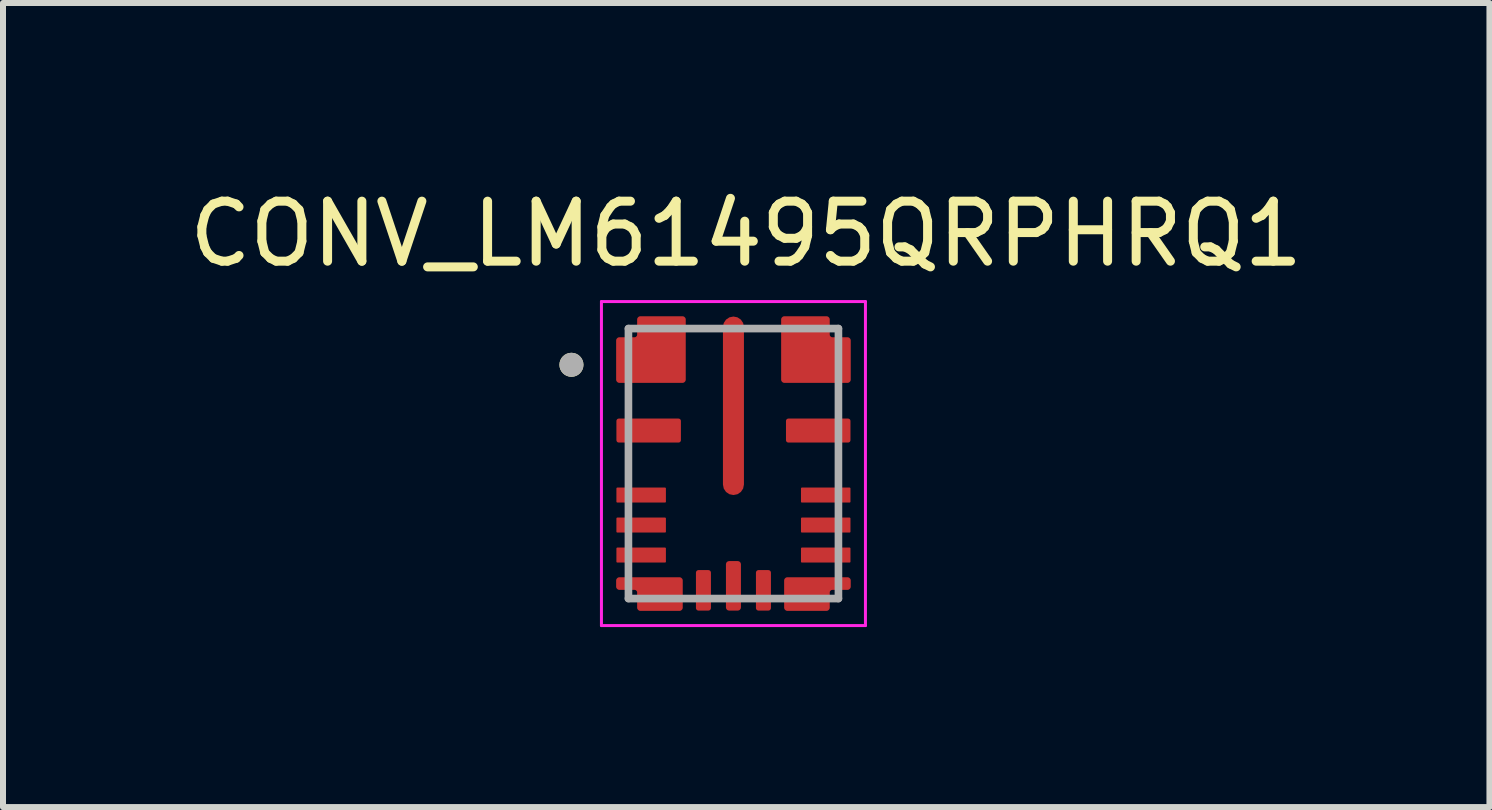
<source format=kicad_pcb>
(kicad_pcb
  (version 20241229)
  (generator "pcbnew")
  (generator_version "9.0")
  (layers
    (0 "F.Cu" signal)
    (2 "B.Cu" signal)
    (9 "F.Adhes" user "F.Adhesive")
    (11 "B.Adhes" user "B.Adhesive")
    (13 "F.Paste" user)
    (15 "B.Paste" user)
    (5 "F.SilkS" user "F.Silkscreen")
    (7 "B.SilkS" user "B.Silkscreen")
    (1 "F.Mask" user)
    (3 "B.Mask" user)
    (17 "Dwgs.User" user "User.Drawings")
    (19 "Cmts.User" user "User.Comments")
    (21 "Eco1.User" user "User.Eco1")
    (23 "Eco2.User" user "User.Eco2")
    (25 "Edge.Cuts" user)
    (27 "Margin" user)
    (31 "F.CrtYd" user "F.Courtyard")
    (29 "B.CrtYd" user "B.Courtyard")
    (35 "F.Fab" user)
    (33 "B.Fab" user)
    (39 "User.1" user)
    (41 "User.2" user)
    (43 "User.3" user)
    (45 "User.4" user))
  (footprint "CONV_LM61495QRPHRQ1"
    (layer "F.Cu")
    (at 9.174 4.676)
    (property "Reference" "CONV_LM61495QRPHRQ1" (at 0.212 -3.828 0) (layer "F.SilkS") (effects (font (size 1 1) (thickness 0.15))))
    (attr smd)
    (fp_poly (pts (xy -0.9 2.5) (xy -0.895 2.5) (xy -0.89 2.499) (xy -0.884 2.499) (xy -0.879 2.498) (xy -0.874 2.497) (xy -0.869 2.495) (xy -0.864 2.493) (xy -0.859 2.491) (xy -0.855 2.489) (xy -0.85 2.487) (xy -0.846 2.484) (xy -0.841 2.481) (xy -0.837 2.478) (xy -0.833 2.474) (xy -0.829 2.471) (xy -0.826 2.467) (xy -0.822 2.463) (xy -0.819 2.459) (xy -0.816 2.454) (xy -0.813 2.45) (xy -0.811 2.445) (xy -0.809 2.441) (xy -0.807 2.436) (xy -0.805 2.431) (xy -0.803 2.426) (xy -0.802 2.421) (xy -0.801 2.416) (xy -0.801 2.41) (xy -0.8 2.405) (xy -0.8 2.4) (xy -0.8 1.95) (xy -0.8 1.945) (xy -0.801 1.94) (xy -0.801 1.934) (xy -0.802 1.929) (xy -0.803 1.924) (xy -0.805 1.919) (xy -0.807 1.914) (xy -0.809 1.909) (xy -0.811 1.905) (xy -0.813 1.9) (xy -0.816 1.896) (xy -0.819 1.891) (xy -0.822 1.887) (xy -0.826 1.883) (xy -0.829 1.879) (xy -0.833 1.876) (xy -0.837 1.872) (xy -0.841 1.869) (xy -0.846 1.866) (xy -0.85 1.863) (xy -0.855 1.861) (xy -0.859 1.859) (xy -0.864 1.857) (xy -0.869 1.855) (xy -0.874 1.853) (xy -0.879 1.852) (xy -0.884 1.851) (xy -0.89 1.851) (xy -0.895 1.85) (xy -0.9 1.85) (xy -1.9 1.85) (xy -1.905 1.85) (xy -1.91 1.851) (xy -1.916 1.851) (xy -1.921 1.852) (xy -1.926 1.853) (xy -1.931 1.855) (xy -1.936 1.857) (xy -1.941 1.859) (xy -1.945 1.861) (xy -1.95 1.863) (xy -1.954 1.866) (xy -1.959 1.869) (xy -1.963 1.872) (xy -1.967 1.876) (xy -1.971 1.879) (xy -1.974 1.883) (xy -1.978 1.887) (xy -1.981 1.891) (xy -1.984 1.896) (xy -1.987 1.9) (xy -1.989 1.905) (xy -1.991 1.909) (xy -1.993 1.914) (xy -1.995 1.919) (xy -1.997 1.924) (xy -1.998 1.929) (xy -1.999 1.934) (xy -1.999 1.94) (xy -2 1.945) (xy -2 1.95) (xy -2 2.05) (xy -2 2.055) (xy -1.999 2.06) (xy -1.999 2.066) (xy -1.998 2.071) (xy -1.997 2.076) (xy -1.995 2.081) (xy -1.993 2.086) (xy -1.991 2.091) (xy -1.989 2.095) (xy -1.987 2.1) (xy -1.984 2.104) (xy -1.981 2.109) (xy -1.978 2.113) (xy -1.974 2.117) (xy -1.971 2.121) (xy -1.967 2.124) (xy -1.963 2.128) (xy -1.959 2.131) (xy -1.954 2.134) (xy -1.95 2.137) (xy -1.945 2.139) (xy -1.941 2.141) (xy -1.936 2.143) (xy -1.931 2.145) (xy -1.926 2.147) (xy -1.921 2.148) (xy -1.916 2.149) (xy -1.91 2.149) (xy -1.905 2.15) (xy -1.9 2.15) (xy -1.7 2.15) (xy -1.697 2.15) (xy -1.695 2.15) (xy -1.692 2.151) (xy -1.69 2.151) (xy -1.687 2.152) (xy -1.685 2.152) (xy -1.682 2.153) (xy -1.68 2.154) (xy -1.677 2.155) (xy -1.675 2.157) (xy -1.673 2.158) (xy -1.671 2.16) (xy -1.669 2.161) (xy -1.667 2.163) (xy -1.665 2.165) (xy -1.663 2.167) (xy -1.661 2.169) (xy -1.66 2.171) (xy -1.658 2.173) (xy -1.657 2.175) (xy -1.655 2.177) (xy -1.654 2.18) (xy -1.653 2.182) (xy -1.652 2.185) (xy -1.652 2.187) (xy -1.651 2.19) (xy -1.651 2.192) (xy -1.65 2.195) (xy -1.65 2.197) (xy -1.65 2.2) (xy -1.65 2.4) (xy -1.65 2.405) (xy -1.649 2.41) (xy -1.649 2.416) (xy -1.648 2.421) (xy -1.647 2.426) (xy -1.645 2.431) (xy -1.643 2.436) (xy -1.641 2.441) (xy -1.639 2.445) (xy -1.637 2.45) (xy -1.634 2.454) (xy -1.631 2.459) (xy -1.628 2.463) (xy -1.624 2.467) (xy -1.621 2.471) (xy -1.617 2.474) (xy -1.613 2.478) (xy -1.609 2.481) (xy -1.604 2.484) (xy -1.6 2.487) (xy -1.595 2.489) (xy -1.591 2.491) (xy -1.586 2.493) (xy -1.581 2.495) (xy -1.576 2.497) (xy -1.571 2.498) (xy -1.566 2.499) (xy -1.56 2.499) (xy -1.555 2.5) (xy -1.55 2.5) (xy -0.9 2.5)) (stroke (width 0.01) (type solid)) (fill yes) (layer "F.Mask"))
    (fp_poly (pts (xy -0.85 -1.3) (xy -0.845 -1.3) (xy -0.84 -1.301) (xy -0.834 -1.301) (xy -0.829 -1.302) (xy -0.824 -1.303) (xy -0.819 -1.305) (xy -0.814 -1.307) (xy -0.809 -1.309) (xy -0.805 -1.311) (xy -0.8 -1.313) (xy -0.796 -1.316) (xy -0.791 -1.319) (xy -0.787 -1.322) (xy -0.783 -1.326) (xy -0.779 -1.329) (xy -0.776 -1.333) (xy -0.772 -1.337) (xy -0.769 -1.341) (xy -0.766 -1.346) (xy -0.763 -1.35) (xy -0.761 -1.355) (xy -0.759 -1.359) (xy -0.757 -1.364) (xy -0.755 -1.369) (xy -0.753 -1.374) (xy -0.752 -1.379) (xy -0.751 -1.384) (xy -0.751 -1.39) (xy -0.75 -1.395) (xy -0.75 -1.4) (xy -0.75 -2.4) (xy -0.75 -2.405) (xy -0.751 -2.41) (xy -0.751 -2.416) (xy -0.752 -2.421) (xy -0.753 -2.426) (xy -0.755 -2.431) (xy -0.757 -2.436) (xy -0.759 -2.441) (xy -0.761 -2.445) (xy -0.763 -2.45) (xy -0.766 -2.454) (xy -0.769 -2.459) (xy -0.772 -2.463) (xy -0.776 -2.467) (xy -0.779 -2.471) (xy -0.783 -2.474) (xy -0.787 -2.478) (xy -0.791 -2.481) (xy -0.796 -2.484) (xy -0.8 -2.487) (xy -0.805 -2.489) (xy -0.809 -2.491) (xy -0.814 -2.493) (xy -0.819 -2.495) (xy -0.824 -2.497) (xy -0.829 -2.498) (xy -0.834 -2.499) (xy -0.84 -2.499) (xy -0.845 -2.5) (xy -0.85 -2.5) (xy -1.55 -2.5) (xy -1.555 -2.5) (xy -1.56 -2.499) (xy -1.566 -2.499) (xy -1.571 -2.498) (xy -1.576 -2.497) (xy -1.581 -2.495) (xy -1.586 -2.493) (xy -1.591 -2.491) (xy -1.595 -2.489) (xy -1.6 -2.487) (xy -1.604 -2.484) (xy -1.609 -2.481) (xy -1.613 -2.478) (xy -1.617 -2.474) (xy -1.621 -2.471) (xy -1.624 -2.467) (xy -1.628 -2.463) (xy -1.631 -2.459) (xy -1.634 -2.454) (xy -1.637 -2.45) (xy -1.639 -2.445) (xy -1.641 -2.441) (xy -1.643 -2.436) (xy -1.645 -2.431) (xy -1.647 -2.426) (xy -1.648 -2.421) (xy -1.649 -2.416) (xy -1.649 -2.41) (xy -1.65 -2.405) (xy -1.65 -2.4) (xy -1.65 -2.2) (xy -1.65 -2.197) (xy -1.65 -2.195) (xy -1.651 -2.192) (xy -1.651 -2.19) (xy -1.652 -2.187) (xy -1.652 -2.185) (xy -1.653 -2.182) (xy -1.654 -2.18) (xy -1.655 -2.177) (xy -1.657 -2.175) (xy -1.658 -2.173) (xy -1.66 -2.171) (xy -1.661 -2.169) (xy -1.663 -2.167) (xy -1.665 -2.165) (xy -1.667 -2.163) (xy -1.669 -2.161) (xy -1.671 -2.16) (xy -1.673 -2.158) (xy -1.675 -2.157) (xy -1.677 -2.155) (xy -1.68 -2.154) (xy -1.682 -2.153) (xy -1.685 -2.152) (xy -1.687 -2.152) (xy -1.69 -2.151) (xy -1.692 -2.151) (xy -1.695 -2.15) (xy -1.697 -2.15) (xy -1.7 -2.15) (xy -1.9 -2.15) (xy -1.905 -2.15) (xy -1.91 -2.149) (xy -1.916 -2.149) (xy -1.921 -2.148) (xy -1.926 -2.147) (xy -1.931 -2.145) (xy -1.936 -2.143) (xy -1.941 -2.141) (xy -1.945 -2.139) (xy -1.95 -2.137) (xy -1.954 -2.134) (xy -1.959 -2.131) (xy -1.963 -2.128) (xy -1.967 -2.124) (xy -1.971 -2.121) (xy -1.974 -2.117) (xy -1.978 -2.113) (xy -1.981 -2.109) (xy -1.984 -2.104) (xy -1.987 -2.1) (xy -1.989 -2.095) (xy -1.991 -2.091) (xy -1.993 -2.086) (xy -1.995 -2.081) (xy -1.997 -2.076) (xy -1.998 -2.071) (xy -1.999 -2.066) (xy -1.999 -2.06) (xy -2 -2.055) (xy -2 -2.05) (xy -2 -1.4) (xy -2 -1.395) (xy -1.999 -1.39) (xy -1.999 -1.384) (xy -1.998 -1.379) (xy -1.997 -1.374) (xy -1.995 -1.369) (xy -1.993 -1.364) (xy -1.991 -1.359) (xy -1.989 -1.355) (xy -1.987 -1.35) (xy -1.984 -1.346) (xy -1.981 -1.341) (xy -1.978 -1.337) (xy -1.974 -1.333) (xy -1.971 -1.329) (xy -1.967 -1.326) (xy -1.963 -1.322) (xy -1.959 -1.319) (xy -1.954 -1.316) (xy -1.95 -1.313) (xy -1.945 -1.311) (xy -1.941 -1.309) (xy -1.936 -1.307) (xy -1.931 -1.305) (xy -1.926 -1.303) (xy -1.921 -1.302) (xy -1.916 -1.301) (xy -1.91 -1.301) (xy -1.905 -1.3) (xy -1.9 -1.3) (xy -0.85 -1.3)) (stroke (width 0.01) (type solid)) (fill yes) (layer "F.Mask"))
    (fp_poly (pts (xy 0.85 -1.3) (xy 0.845 -1.3) (xy 0.84 -1.301) (xy 0.834 -1.301) (xy 0.829 -1.302) (xy 0.824 -1.303) (xy 0.819 -1.305) (xy 0.814 -1.307) (xy 0.809 -1.309) (xy 0.805 -1.311) (xy 0.8 -1.313) (xy 0.796 -1.316) (xy 0.791 -1.319) (xy 0.787 -1.322) (xy 0.783 -1.326) (xy 0.779 -1.329) (xy 0.776 -1.333) (xy 0.772 -1.337) (xy 0.769 -1.341) (xy 0.766 -1.346) (xy 0.763 -1.35) (xy 0.761 -1.355) (xy 0.759 -1.359) (xy 0.757 -1.364) (xy 0.755 -1.369) (xy 0.753 -1.374) (xy 0.752 -1.379) (xy 0.751 -1.384) (xy 0.751 -1.39) (xy 0.75 -1.395) (xy 0.75 -1.4) (xy 0.75 -2.4) (xy 0.75 -2.405) (xy 0.751 -2.41) (xy 0.751 -2.416) (xy 0.752 -2.421) (xy 0.753 -2.426) (xy 0.755 -2.431) (xy 0.757 -2.436) (xy 0.759 -2.441) (xy 0.761 -2.445) (xy 0.763 -2.45) (xy 0.766 -2.454) (xy 0.769 -2.459) (xy 0.772 -2.463) (xy 0.776 -2.467) (xy 0.779 -2.471) (xy 0.783 -2.474) (xy 0.787 -2.478) (xy 0.791 -2.481) (xy 0.796 -2.484) (xy 0.8 -2.487) (xy 0.805 -2.489) (xy 0.809 -2.491) (xy 0.814 -2.493) (xy 0.819 -2.495) (xy 0.824 -2.497) (xy 0.829 -2.498) (xy 0.834 -2.499) (xy 0.84 -2.499) (xy 0.845 -2.5) (xy 0.85 -2.5) (xy 1.55 -2.5) (xy 1.555 -2.5) (xy 1.56 -2.499) (xy 1.566 -2.499) (xy 1.571 -2.498) (xy 1.576 -2.497) (xy 1.581 -2.495) (xy 1.586 -2.493) (xy 1.591 -2.491) (xy 1.595 -2.489) (xy 1.6 -2.487) (xy 1.604 -2.484) (xy 1.609 -2.481) (xy 1.613 -2.478) (xy 1.617 -2.474) (xy 1.621 -2.471) (xy 1.624 -2.467) (xy 1.628 -2.463) (xy 1.631 -2.459) (xy 1.634 -2.454) (xy 1.637 -2.45) (xy 1.639 -2.445) (xy 1.641 -2.441) (xy 1.643 -2.436) (xy 1.645 -2.431) (xy 1.647 -2.426) (xy 1.648 -2.421) (xy 1.649 -2.416) (xy 1.649 -2.41) (xy 1.65 -2.405) (xy 1.65 -2.4) (xy 1.65 -2.2) (xy 1.65 -2.197) (xy 1.65 -2.195) (xy 1.651 -2.192) (xy 1.651 -2.19) (xy 1.652 -2.187) (xy 1.652 -2.185) (xy 1.653 -2.182) (xy 1.654 -2.18) (xy 1.655 -2.177) (xy 1.657 -2.175) (xy 1.658 -2.173) (xy 1.66 -2.171) (xy 1.661 -2.169) (xy 1.663 -2.167) (xy 1.665 -2.165) (xy 1.667 -2.163) (xy 1.669 -2.161) (xy 1.671 -2.16) (xy 1.673 -2.158) (xy 1.675 -2.157) (xy 1.677 -2.155) (xy 1.68 -2.154) (xy 1.682 -2.153) (xy 1.685 -2.152) (xy 1.687 -2.152) (xy 1.69 -2.151) (xy 1.692 -2.151) (xy 1.695 -2.15) (xy 1.697 -2.15) (xy 1.7 -2.15) (xy 1.9 -2.15) (xy 1.905 -2.15) (xy 1.91 -2.149) (xy 1.916 -2.149) (xy 1.921 -2.148) (xy 1.926 -2.147) (xy 1.931 -2.145) (xy 1.936 -2.143) (xy 1.941 -2.141) (xy 1.945 -2.139) (xy 1.95 -2.137) (xy 1.954 -2.134) (xy 1.959 -2.131) (xy 1.963 -2.128) (xy 1.967 -2.124) (xy 1.971 -2.121) (xy 1.974 -2.117) (xy 1.978 -2.113) (xy 1.981 -2.109) (xy 1.984 -2.104) (xy 1.987 -2.1) (xy 1.989 -2.095) (xy 1.991 -2.091) (xy 1.993 -2.086) (xy 1.995 -2.081) (xy 1.997 -2.076) (xy 1.998 -2.071) (xy 1.999 -2.066) (xy 1.999 -2.06) (xy 2 -2.055) (xy 2 -2.05) (xy 2 -1.4) (xy 2 -1.395) (xy 1.999 -1.39) (xy 1.999 -1.384) (xy 1.998 -1.379) (xy 1.997 -1.374) (xy 1.995 -1.369) (xy 1.993 -1.364) (xy 1.991 -1.359) (xy 1.989 -1.355) (xy 1.987 -1.35) (xy 1.984 -1.346) (xy 1.981 -1.341) (xy 1.978 -1.337) (xy 1.974 -1.333) (xy 1.971 -1.329) (xy 1.967 -1.326) (xy 1.963 -1.322) (xy 1.959 -1.319) (xy 1.954 -1.316) (xy 1.95 -1.313) (xy 1.945 -1.311) (xy 1.941 -1.309) (xy 1.936 -1.307) (xy 1.931 -1.305) (xy 1.926 -1.303) (xy 1.921 -1.302) (xy 1.916 -1.301) (xy 1.91 -1.301) (xy 1.905 -1.3) (xy 1.9 -1.3) (xy 0.85 -1.3)) (stroke (width 0.01) (type solid)) (fill yes) (layer "F.Mask"))
    (fp_poly (pts (xy 0.9 2.5) (xy 0.895 2.5) (xy 0.89 2.499) (xy 0.884 2.499) (xy 0.879 2.498) (xy 0.874 2.497) (xy 0.869 2.495) (xy 0.864 2.493) (xy 0.859 2.491) (xy 0.855 2.489) (xy 0.85 2.487) (xy 0.846 2.484) (xy 0.841 2.481) (xy 0.837 2.478) (xy 0.833 2.474) (xy 0.829 2.471) (xy 0.826 2.467) (xy 0.822 2.463) (xy 0.819 2.459) (xy 0.816 2.454) (xy 0.813 2.45) (xy 0.811 2.445) (xy 0.809 2.441) (xy 0.807 2.436) (xy 0.805 2.431) (xy 0.803 2.426) (xy 0.802 2.421) (xy 0.801 2.416) (xy 0.801 2.41) (xy 0.8 2.405) (xy 0.8 2.4) (xy 0.8 1.95) (xy 0.8 1.945) (xy 0.801 1.94) (xy 0.801 1.934) (xy 0.802 1.929) (xy 0.803 1.924) (xy 0.805 1.919) (xy 0.807 1.914) (xy 0.809 1.909) (xy 0.811 1.905) (xy 0.813 1.9) (xy 0.816 1.896) (xy 0.819 1.891) (xy 0.822 1.887) (xy 0.826 1.883) (xy 0.829 1.879) (xy 0.833 1.876) (xy 0.837 1.872) (xy 0.841 1.869) (xy 0.846 1.866) (xy 0.85 1.863) (xy 0.855 1.861) (xy 0.859 1.859) (xy 0.864 1.857) (xy 0.869 1.855) (xy 0.874 1.853) (xy 0.879 1.852) (xy 0.884 1.851) (xy 0.89 1.851) (xy 0.895 1.85) (xy 0.9 1.85) (xy 1.9 1.85) (xy 1.905 1.85) (xy 1.91 1.851) (xy 1.916 1.851) (xy 1.921 1.852) (xy 1.926 1.853) (xy 1.931 1.855) (xy 1.936 1.857) (xy 1.941 1.859) (xy 1.945 1.861) (xy 1.95 1.863) (xy 1.954 1.866) (xy 1.959 1.869) (xy 1.963 1.872) (xy 1.967 1.876) (xy 1.971 1.879) (xy 1.974 1.883) (xy 1.978 1.887) (xy 1.981 1.891) (xy 1.984 1.896) (xy 1.987 1.9) (xy 1.989 1.905) (xy 1.991 1.909) (xy 1.993 1.914) (xy 1.995 1.919) (xy 1.997 1.924) (xy 1.998 1.929) (xy 1.999 1.934) (xy 1.999 1.94) (xy 2 1.945) (xy 2 1.95) (xy 2 2.05) (xy 2 2.055) (xy 1.999 2.06) (xy 1.999 2.066) (xy 1.998 2.071) (xy 1.997 2.076) (xy 1.995 2.081) (xy 1.993 2.086) (xy 1.991 2.091) (xy 1.989 2.095) (xy 1.987 2.1) (xy 1.984 2.104) (xy 1.981 2.109) (xy 1.978 2.113) (xy 1.974 2.117) (xy 1.971 2.121) (xy 1.967 2.124) (xy 1.963 2.128) (xy 1.959 2.131) (xy 1.954 2.134) (xy 1.95 2.137) (xy 1.945 2.139) (xy 1.941 2.141) (xy 1.936 2.143) (xy 1.931 2.145) (xy 1.926 2.147) (xy 1.921 2.148) (xy 1.916 2.149) (xy 1.91 2.149) (xy 1.905 2.15) (xy 1.9 2.15) (xy 1.7 2.15) (xy 1.697 2.15) (xy 1.695 2.15) (xy 1.692 2.151) (xy 1.69 2.151) (xy 1.687 2.152) (xy 1.685 2.152) (xy 1.682 2.153) (xy 1.68 2.154) (xy 1.677 2.155) (xy 1.675 2.157) (xy 1.673 2.158) (xy 1.671 2.16) (xy 1.669 2.161) (xy 1.667 2.163) (xy 1.665 2.165) (xy 1.663 2.167) (xy 1.661 2.169) (xy 1.66 2.171) (xy 1.658 2.173) (xy 1.657 2.175) (xy 1.655 2.177) (xy 1.654 2.18) (xy 1.653 2.182) (xy 1.652 2.185) (xy 1.652 2.187) (xy 1.651 2.19) (xy 1.651 2.192) (xy 1.65 2.195) (xy 1.65 2.197) (xy 1.65 2.2) (xy 1.65 2.4) (xy 1.65 2.405) (xy 1.649 2.41) (xy 1.649 2.416) (xy 1.648 2.421) (xy 1.647 2.426) (xy 1.645 2.431) (xy 1.643 2.436) (xy 1.641 2.441) (xy 1.639 2.445) (xy 1.637 2.45) (xy 1.634 2.454) (xy 1.631 2.459) (xy 1.628 2.463) (xy 1.624 2.467) (xy 1.621 2.471) (xy 1.617 2.474) (xy 1.613 2.478) (xy 1.609 2.481) (xy 1.604 2.484) (xy 1.6 2.487) (xy 1.595 2.489) (xy 1.591 2.491) (xy 1.586 2.493) (xy 1.581 2.495) (xy 1.576 2.497) (xy 1.571 2.498) (xy 1.566 2.499) (xy 1.56 2.499) (xy 1.555 2.5) (xy 1.55 2.5) (xy 0.9 2.5)) (stroke (width 0.01) (type solid)) (fill yes) (layer "F.Mask"))
    (fp_circle (center -2.7 -1.646) (end -2.6 -1.646) (stroke (width 0.2) (type solid)) (fill no) (layer "F.SilkS"))
    (fp_poly (pts (xy -0.9 2.4) (xy -0.897 2.4) (xy -0.895 2.4) (xy -0.892 2.399) (xy -0.89 2.399) (xy -0.887 2.398) (xy -0.885 2.398) (xy -0.882 2.397) (xy -0.88 2.396) (xy -0.877 2.395) (xy -0.875 2.393) (xy -0.873 2.392) (xy -0.871 2.39) (xy -0.869 2.389) (xy -0.867 2.387) (xy -0.865 2.385) (xy -0.863 2.383) (xy -0.861 2.381) (xy -0.86 2.379) (xy -0.858 2.377) (xy -0.857 2.375) (xy -0.855 2.373) (xy -0.854 2.37) (xy -0.853 2.368) (xy -0.852 2.365) (xy -0.852 2.363) (xy -0.851 2.36) (xy -0.851 2.358) (xy -0.85 2.355) (xy -0.85 2.353) (xy -0.85 2.35) (xy -0.85 1.95) (xy -0.85 1.947) (xy -0.85 1.945) (xy -0.851 1.942) (xy -0.851 1.94) (xy -0.852 1.937) (xy -0.852 1.935) (xy -0.853 1.932) (xy -0.854 1.93) (xy -0.855 1.927) (xy -0.857 1.925) (xy -0.858 1.923) (xy -0.86 1.921) (xy -0.861 1.919) (xy -0.863 1.917) (xy -0.865 1.915) (xy -0.867 1.913) (xy -0.869 1.911) (xy -0.871 1.91) (xy -0.873 1.908) (xy -0.875 1.907) (xy -0.877 1.905) (xy -0.88 1.904) (xy -0.882 1.903) (xy -0.885 1.902) (xy -0.887 1.902) (xy -0.89 1.901) (xy -0.892 1.901) (xy -0.895 1.9) (xy -0.897 1.9) (xy -0.9 1.9) (xy -1.9 1.9) (xy -1.903 1.9) (xy -1.905 1.9) (xy -1.908 1.901) (xy -1.91 1.901) (xy -1.913 1.902) (xy -1.915 1.902) (xy -1.918 1.903) (xy -1.92 1.904) (xy -1.923 1.905) (xy -1.925 1.907) (xy -1.927 1.908) (xy -1.929 1.91) (xy -1.931 1.911) (xy -1.933 1.913) (xy -1.935 1.915) (xy -1.937 1.917) (xy -1.939 1.919) (xy -1.94 1.921) (xy -1.942 1.923) (xy -1.943 1.925) (xy -1.945 1.927) (xy -1.946 1.93) (xy -1.947 1.932) (xy -1.948 1.935) (xy -1.948 1.937) (xy -1.949 1.94) (xy -1.949 1.942) (xy -1.95 1.945) (xy -1.95 1.947) (xy -1.95 1.95) (xy -1.95 2.05) (xy -1.95 2.053) (xy -1.95 2.055) (xy -1.949 2.058) (xy -1.949 2.06) (xy -1.948 2.063) (xy -1.948 2.065) (xy -1.947 2.068) (xy -1.946 2.07) (xy -1.945 2.073) (xy -1.943 2.075) (xy -1.942 2.077) (xy -1.94 2.079) (xy -1.939 2.081) (xy -1.937 2.083) (xy -1.935 2.085) (xy -1.933 2.087) (xy -1.931 2.089) (xy -1.929 2.09) (xy -1.927 2.092) (xy -1.925 2.093) (xy -1.923 2.095) (xy -1.92 2.096) (xy -1.918 2.097) (xy -1.915 2.098) (xy -1.913 2.098) (xy -1.91 2.099) (xy -1.908 2.099) (xy -1.905 2.1) (xy -1.903 2.1) (xy -1.9 2.1) (xy -1.62 2.1) (xy -1.617 2.1) (xy -1.615 2.1) (xy -1.612 2.101) (xy -1.61 2.101) (xy -1.607 2.102) (xy -1.605 2.102) (xy -1.602 2.103) (xy -1.6 2.104) (xy -1.597 2.105) (xy -1.595 2.107) (xy -1.593 2.108) (xy -1.591 2.11) (xy -1.589 2.111) (xy -1.587 2.113) (xy -1.585 2.115) (xy -1.583 2.117) (xy -1.581 2.119) (xy -1.58 2.121) (xy -1.578 2.123) (xy -1.577 2.125) (xy -1.575 2.127) (xy -1.574 2.13) (xy -1.573 2.132) (xy -1.572 2.135) (xy -1.572 2.137) (xy -1.571 2.14) (xy -1.571 2.142) (xy -1.57 2.145) (xy -1.57 2.147) (xy -1.57 2.15) (xy -1.57 2.35) (xy -1.57 2.353) (xy -1.57 2.355) (xy -1.569 2.358) (xy -1.569 2.36) (xy -1.568 2.363) (xy -1.568 2.365) (xy -1.567 2.368) (xy -1.566 2.37) (xy -1.565 2.373) (xy -1.563 2.375) (xy -1.562 2.377) (xy -1.56 2.379) (xy -1.559 2.381) (xy -1.557 2.383) (xy -1.555 2.385) (xy -1.553 2.387) (xy -1.551 2.389) (xy -1.549 2.39) (xy -1.547 2.392) (xy -1.545 2.393) (xy -1.543 2.395) (xy -1.54 2.396) (xy -1.538 2.397) (xy -1.535 2.398) (xy -1.533 2.398) (xy -1.53 2.399) (xy -1.528 2.399) (xy -1.525 2.4) (xy -1.523 2.4) (xy -1.52 2.4) (xy -0.9 2.4)) (stroke (width 0.01) (type solid)) (fill yes) (layer "F.Paste"))
    (fp_poly (pts (xy -0.85 -1.35) (xy -0.847 -1.35) (xy -0.845 -1.35) (xy -0.842 -1.351) (xy -0.84 -1.351) (xy -0.837 -1.352) (xy -0.835 -1.352) (xy -0.832 -1.353) (xy -0.83 -1.354) (xy -0.827 -1.355) (xy -0.825 -1.357) (xy -0.823 -1.358) (xy -0.821 -1.36) (xy -0.819 -1.361) (xy -0.817 -1.363) (xy -0.815 -1.365) (xy -0.813 -1.367) (xy -0.811 -1.369) (xy -0.81 -1.371) (xy -0.808 -1.373) (xy -0.807 -1.375) (xy -0.805 -1.377) (xy -0.804 -1.38) (xy -0.803 -1.382) (xy -0.802 -1.385) (xy -0.802 -1.387) (xy -0.801 -1.39) (xy -0.801 -1.392) (xy -0.8 -1.395) (xy -0.8 -1.397) (xy -0.8 -1.4) (xy -0.8 -2.34) (xy -0.8 -2.343) (xy -0.8 -2.345) (xy -0.801 -2.348) (xy -0.801 -2.35) (xy -0.802 -2.353) (xy -0.802 -2.355) (xy -0.803 -2.358) (xy -0.804 -2.36) (xy -0.805 -2.363) (xy -0.807 -2.365) (xy -0.808 -2.367) (xy -0.81 -2.369) (xy -0.811 -2.371) (xy -0.813 -2.373) (xy -0.815 -2.375) (xy -0.817 -2.377) (xy -0.819 -2.379) (xy -0.821 -2.38) (xy -0.823 -2.382) (xy -0.825 -2.383) (xy -0.827 -2.385) (xy -0.83 -2.386) (xy -0.832 -2.387) (xy -0.835 -2.388) (xy -0.837 -2.388) (xy -0.84 -2.389) (xy -0.842 -2.389) (xy -0.845 -2.39) (xy -0.847 -2.39) (xy -0.85 -2.39) (xy -1.49 -2.39) (xy -1.493 -2.39) (xy -1.495 -2.39) (xy -1.498 -2.389) (xy -1.5 -2.389) (xy -1.503 -2.388) (xy -1.505 -2.388) (xy -1.508 -2.387) (xy -1.51 -2.386) (xy -1.513 -2.385) (xy -1.515 -2.383) (xy -1.517 -2.382) (xy -1.519 -2.38) (xy -1.521 -2.379) (xy -1.523 -2.377) (xy -1.525 -2.375) (xy -1.527 -2.373) (xy -1.529 -2.371) (xy -1.53 -2.369) (xy -1.532 -2.367) (xy -1.533 -2.365) (xy -1.535 -2.363) (xy -1.536 -2.36) (xy -1.537 -2.358) (xy -1.538 -2.355) (xy -1.538 -2.353) (xy -1.539 -2.35) (xy -1.539 -2.348) (xy -1.54 -2.345) (xy -1.54 -2.343) (xy -1.54 -2.34) (xy -1.54 -2.15) (xy -1.54 -2.144) (xy -1.541 -2.139) (xy -1.541 -2.133) (xy -1.542 -2.127) (xy -1.544 -2.122) (xy -1.545 -2.116) (xy -1.547 -2.111) (xy -1.55 -2.105) (xy -1.552 -2.1) (xy -1.555 -2.095) (xy -1.558 -2.09) (xy -1.561 -2.085) (xy -1.565 -2.081) (xy -1.568 -2.076) (xy -1.572 -2.072) (xy -1.576 -2.068) (xy -1.581 -2.065) (xy -1.585 -2.061) (xy -1.59 -2.058) (xy -1.595 -2.055) (xy -1.6 -2.052) (xy -1.605 -2.05) (xy -1.611 -2.047) (xy -1.616 -2.045) (xy -1.622 -2.044) (xy -1.627 -2.042) (xy -1.633 -2.041) (xy -1.639 -2.041) (xy -1.644 -2.04) (xy -1.65 -2.04) (xy -1.79 -2.04) (xy -1.793 -2.04) (xy -1.795 -2.04) (xy -1.798 -2.039) (xy -1.8 -2.039) (xy -1.803 -2.038) (xy -1.805 -2.038) (xy -1.808 -2.037) (xy -1.81 -2.036) (xy -1.813 -2.035) (xy -1.815 -2.033) (xy -1.817 -2.032) (xy -1.819 -2.03) (xy -1.821 -2.029) (xy -1.823 -2.027) (xy -1.825 -2.025) (xy -1.827 -2.023) (xy -1.829 -2.021) (xy -1.83 -2.019) (xy -1.832 -2.017) (xy -1.833 -2.015) (xy -1.835 -2.013) (xy -1.836 -2.01) (xy -1.837 -2.008) (xy -1.838 -2.005) (xy -1.838 -2.003) (xy -1.839 -2) (xy -1.839 -1.998) (xy -1.84 -1.995) (xy -1.84 -1.993) (xy -1.84 -1.99) (xy -1.84 -1.4) (xy -1.84 -1.397) (xy -1.84 -1.395) (xy -1.839 -1.392) (xy -1.839 -1.39) (xy -1.838 -1.387) (xy -1.838 -1.385) (xy -1.837 -1.382) (xy -1.836 -1.38) (xy -1.835 -1.377) (xy -1.833 -1.375) (xy -1.832 -1.373) (xy -1.83 -1.371) (xy -1.829 -1.369) (xy -1.827 -1.367) (xy -1.825 -1.365) (xy -1.823 -1.363) (xy -1.821 -1.361) (xy -1.819 -1.36) (xy -1.817 -1.358) (xy -1.815 -1.357) (xy -1.813 -1.355) (xy -1.81 -1.354) (xy -1.808 -1.353) (xy -1.805 -1.352) (xy -1.803 -1.352) (xy -1.8 -1.351) (xy -1.798 -1.351) (xy -1.795 -1.35) (xy -1.793 -1.35) (xy -1.79 -1.35) (xy -0.85 -1.35)) (stroke (width 0.01) (type solid)) (fill yes) (layer "F.Paste"))
    (fp_poly (pts (xy 0.85 -1.35) (xy 0.847 -1.35) (xy 0.845 -1.35) (xy 0.842 -1.351) (xy 0.84 -1.351) (xy 0.837 -1.352) (xy 0.835 -1.352) (xy 0.832 -1.353) (xy 0.83 -1.354) (xy 0.827 -1.355) (xy 0.825 -1.357) (xy 0.823 -1.358) (xy 0.821 -1.36) (xy 0.819 -1.361) (xy 0.817 -1.363) (xy 0.815 -1.365) (xy 0.813 -1.367) (xy 0.811 -1.369) (xy 0.81 -1.371) (xy 0.808 -1.373) (xy 0.807 -1.375) (xy 0.805 -1.377) (xy 0.804 -1.38) (xy 0.803 -1.382) (xy 0.802 -1.385) (xy 0.802 -1.387) (xy 0.801 -1.39) (xy 0.801 -1.392) (xy 0.8 -1.395) (xy 0.8 -1.397) (xy 0.8 -1.4) (xy 0.8 -2.34) (xy 0.8 -2.343) (xy 0.8 -2.345) (xy 0.801 -2.348) (xy 0.801 -2.35) (xy 0.802 -2.353) (xy 0.802 -2.355) (xy 0.803 -2.358) (xy 0.804 -2.36) (xy 0.805 -2.363) (xy 0.807 -2.365) (xy 0.808 -2.367) (xy 0.81 -2.369) (xy 0.811 -2.371) (xy 0.813 -2.373) (xy 0.815 -2.375) (xy 0.817 -2.377) (xy 0.819 -2.379) (xy 0.821 -2.38) (xy 0.823 -2.382) (xy 0.825 -2.383) (xy 0.827 -2.385) (xy 0.83 -2.386) (xy 0.832 -2.387) (xy 0.835 -2.388) (xy 0.837 -2.388) (xy 0.84 -2.389) (xy 0.842 -2.389) (xy 0.845 -2.39) (xy 0.847 -2.39) (xy 0.85 -2.39) (xy 1.49 -2.39) (xy 1.493 -2.39) (xy 1.495 -2.39) (xy 1.498 -2.389) (xy 1.5 -2.389) (xy 1.503 -2.388) (xy 1.505 -2.388) (xy 1.508 -2.387) (xy 1.51 -2.386) (xy 1.513 -2.385) (xy 1.515 -2.383) (xy 1.517 -2.382) (xy 1.519 -2.38) (xy 1.521 -2.379) (xy 1.523 -2.377) (xy 1.525 -2.375) (xy 1.527 -2.373) (xy 1.529 -2.371) (xy 1.53 -2.369) (xy 1.532 -2.367) (xy 1.533 -2.365) (xy 1.535 -2.363) (xy 1.536 -2.36) (xy 1.537 -2.358) (xy 1.538 -2.355) (xy 1.538 -2.353) (xy 1.539 -2.35) (xy 1.539 -2.348) (xy 1.54 -2.345) (xy 1.54 -2.343) (xy 1.54 -2.34) (xy 1.54 -2.15) (xy 1.54 -2.144) (xy 1.541 -2.139) (xy 1.541 -2.133) (xy 1.542 -2.127) (xy 1.544 -2.122) (xy 1.545 -2.116) (xy 1.547 -2.111) (xy 1.55 -2.105) (xy 1.552 -2.1) (xy 1.555 -2.095) (xy 1.558 -2.09) (xy 1.561 -2.085) (xy 1.565 -2.081) (xy 1.568 -2.076) (xy 1.572 -2.072) (xy 1.576 -2.068) (xy 1.581 -2.065) (xy 1.585 -2.061) (xy 1.59 -2.058) (xy 1.595 -2.055) (xy 1.6 -2.052) (xy 1.605 -2.05) (xy 1.611 -2.047) (xy 1.616 -2.045) (xy 1.622 -2.044) (xy 1.627 -2.042) (xy 1.633 -2.041) (xy 1.639 -2.041) (xy 1.644 -2.04) (xy 1.65 -2.04) (xy 1.79 -2.04) (xy 1.793 -2.04) (xy 1.795 -2.04) (xy 1.798 -2.039) (xy 1.8 -2.039) (xy 1.803 -2.038) (xy 1.805 -2.038) (xy 1.808 -2.037) (xy 1.81 -2.036) (xy 1.813 -2.035) (xy 1.815 -2.033) (xy 1.817 -2.032) (xy 1.819 -2.03) (xy 1.821 -2.029) (xy 1.823 -2.027) (xy 1.825 -2.025) (xy 1.827 -2.023) (xy 1.829 -2.021) (xy 1.83 -2.019) (xy 1.832 -2.017) (xy 1.833 -2.015) (xy 1.835 -2.013) (xy 1.836 -2.01) (xy 1.837 -2.008) (xy 1.838 -2.005) (xy 1.838 -2.003) (xy 1.839 -2) (xy 1.839 -1.998) (xy 1.84 -1.995) (xy 1.84 -1.993) (xy 1.84 -1.99) (xy 1.84 -1.4) (xy 1.84 -1.397) (xy 1.84 -1.395) (xy 1.839 -1.392) (xy 1.839 -1.39) (xy 1.838 -1.387) (xy 1.838 -1.385) (xy 1.837 -1.382) (xy 1.836 -1.38) (xy 1.835 -1.377) (xy 1.833 -1.375) (xy 1.832 -1.373) (xy 1.83 -1.371) (xy 1.829 -1.369) (xy 1.827 -1.367) (xy 1.825 -1.365) (xy 1.823 -1.363) (xy 1.821 -1.361) (xy 1.819 -1.36) (xy 1.817 -1.358) (xy 1.815 -1.357) (xy 1.813 -1.355) (xy 1.81 -1.354) (xy 1.808 -1.353) (xy 1.805 -1.352) (xy 1.803 -1.352) (xy 1.8 -1.351) (xy 1.798 -1.351) (xy 1.795 -1.35) (xy 1.793 -1.35) (xy 1.79 -1.35) (xy 0.85 -1.35)) (stroke (width 0.01) (type solid)) (fill yes) (layer "F.Paste"))
    (fp_poly (pts (xy 0.9 2.4) (xy 0.897 2.4) (xy 0.895 2.4) (xy 0.892 2.399) (xy 0.89 2.399) (xy 0.887 2.398) (xy 0.885 2.398) (xy 0.882 2.397) (xy 0.88 2.396) (xy 0.877 2.395) (xy 0.875 2.393) (xy 0.873 2.392) (xy 0.871 2.39) (xy 0.869 2.389) (xy 0.867 2.387) (xy 0.865 2.385) (xy 0.863 2.383) (xy 0.861 2.381) (xy 0.86 2.379) (xy 0.858 2.377) (xy 0.857 2.375) (xy 0.855 2.373) (xy 0.854 2.37) (xy 0.853 2.368) (xy 0.852 2.365) (xy 0.852 2.363) (xy 0.851 2.36) (xy 0.851 2.358) (xy 0.85 2.355) (xy 0.85 2.353) (xy 0.85 2.35) (xy 0.85 1.95) (xy 0.85 1.947) (xy 0.85 1.945) (xy 0.851 1.942) (xy 0.851 1.94) (xy 0.852 1.937) (xy 0.852 1.935) (xy 0.853 1.932) (xy 0.854 1.93) (xy 0.855 1.927) (xy 0.857 1.925) (xy 0.858 1.923) (xy 0.86 1.921) (xy 0.861 1.919) (xy 0.863 1.917) (xy 0.865 1.915) (xy 0.867 1.913) (xy 0.869 1.911) (xy 0.871 1.91) (xy 0.873 1.908) (xy 0.875 1.907) (xy 0.877 1.905) (xy 0.88 1.904) (xy 0.882 1.903) (xy 0.885 1.902) (xy 0.887 1.902) (xy 0.89 1.901) (xy 0.892 1.901) (xy 0.895 1.9) (xy 0.897 1.9) (xy 0.9 1.9) (xy 1.9 1.9) (xy 1.903 1.9) (xy 1.905 1.9) (xy 1.908 1.901) (xy 1.91 1.901) (xy 1.913 1.902) (xy 1.915 1.902) (xy 1.918 1.903) (xy 1.92 1.904) (xy 1.923 1.905) (xy 1.925 1.907) (xy 1.927 1.908) (xy 1.929 1.91) (xy 1.931 1.911) (xy 1.933 1.913) (xy 1.935 1.915) (xy 1.937 1.917) (xy 1.939 1.919) (xy 1.94 1.921) (xy 1.942 1.923) (xy 1.943 1.925) (xy 1.945 1.927) (xy 1.946 1.93) (xy 1.947 1.932) (xy 1.948 1.935) (xy 1.948 1.937) (xy 1.949 1.94) (xy 1.949 1.942) (xy 1.95 1.945) (xy 1.95 1.947) (xy 1.95 1.95) (xy 1.95 2.05) (xy 1.95 2.053) (xy 1.95 2.055) (xy 1.949 2.058) (xy 1.949 2.06) (xy 1.948 2.063) (xy 1.948 2.065) (xy 1.947 2.068) (xy 1.946 2.07) (xy 1.945 2.073) (xy 1.943 2.075) (xy 1.942 2.077) (xy 1.94 2.079) (xy 1.939 2.081) (xy 1.937 2.083) (xy 1.935 2.085) (xy 1.933 2.087) (xy 1.931 2.089) (xy 1.929 2.09) (xy 1.927 2.092) (xy 1.925 2.093) (xy 1.923 2.095) (xy 1.92 2.096) (xy 1.918 2.097) (xy 1.915 2.098) (xy 1.913 2.098) (xy 1.91 2.099) (xy 1.908 2.099) (xy 1.905 2.1) (xy 1.903 2.1) (xy 1.9 2.1) (xy 1.62 2.1) (xy 1.617 2.1) (xy 1.615 2.1) (xy 1.612 2.101) (xy 1.61 2.101) (xy 1.607 2.102) (xy 1.605 2.102) (xy 1.602 2.103) (xy 1.6 2.104) (xy 1.597 2.105) (xy 1.595 2.107) (xy 1.593 2.108) (xy 1.591 2.11) (xy 1.589 2.111) (xy 1.587 2.113) (xy 1.585 2.115) (xy 1.583 2.117) (xy 1.581 2.119) (xy 1.58 2.121) (xy 1.578 2.123) (xy 1.577 2.125) (xy 1.575 2.127) (xy 1.574 2.13) (xy 1.573 2.132) (xy 1.572 2.135) (xy 1.572 2.137) (xy 1.571 2.14) (xy 1.571 2.142) (xy 1.57 2.145) (xy 1.57 2.147) (xy 1.57 2.15) (xy 1.57 2.35) (xy 1.57 2.353) (xy 1.57 2.355) (xy 1.569 2.358) (xy 1.569 2.36) (xy 1.568 2.363) (xy 1.568 2.365) (xy 1.567 2.368) (xy 1.566 2.37) (xy 1.565 2.373) (xy 1.563 2.375) (xy 1.562 2.377) (xy 1.56 2.379) (xy 1.559 2.381) (xy 1.557 2.383) (xy 1.555 2.385) (xy 1.553 2.387) (xy 1.551 2.389) (xy 1.549 2.39) (xy 1.547 2.392) (xy 1.545 2.393) (xy 1.543 2.395) (xy 1.54 2.396) (xy 1.538 2.397) (xy 1.535 2.398) (xy 1.533 2.398) (xy 1.53 2.399) (xy 1.528 2.399) (xy 1.525 2.4) (xy 1.523 2.4) (xy 1.52 2.4) (xy 0.9 2.4)) (stroke (width 0.01) (type solid)) (fill yes) (layer "F.Paste"))
    (fp_line (start -2.2 -2.7) (end -2.2 2.7) (stroke (width 0.05) (type solid)) (layer "F.CrtYd"))
    (fp_line (start -2.2 2.7) (end 2.2 2.7) (stroke (width 0.05) (type solid)) (layer "F.CrtYd"))
    (fp_line (start 2.2 -2.7) (end -2.2 -2.7) (stroke (width 0.05) (type solid)) (layer "F.CrtYd"))
    (fp_line (start 2.2 2.7) (end 2.2 -2.7) (stroke (width 0.05) (type solid)) (layer "F.CrtYd"))
    (fp_line (start -1.75 -2.25) (end -1.75 2.25) (stroke (width 0.127) (type solid)) (layer "F.Fab"))
    (fp_line (start -1.75 -2.25) (end 1.75 -2.25) (stroke (width 0.127) (type solid)) (layer "F.Fab"))
    (fp_line (start -1.75 2.25) (end 1.75 2.25) (stroke (width 0.127) (type solid)) (layer "F.Fab"))
    (fp_line (start 1.75 -2.25) (end 1.75 2.25) (stroke (width 0.127) (type solid)) (layer "F.Fab"))
    (fp_circle (center -2.7 -1.646) (end -2.6 -1.646) (stroke (width 0.2) (type solid)) (fill no) (layer "F.Fab"))
    (pad "1" smd custom (at -1.375 -1.9) (size 0.4 0.4) (layers "F.Cu") (options (anchor rect)) (primitives (gr_poly (pts (xy -0.575 -0.15) (xy -0.575 0.5) (xy -0.575 0.503) (xy -0.575 0.505) (xy -0.574 0.508) (xy -0.574 0.51) (xy -0.573 0.513) (xy -0.573 0.515) (xy -0.572 0.518) (xy -0.571 0.52) (xy -0.57 0.523) (xy -0.568 0.525) (xy -0.567 0.527) (xy -0.565 0.529) (xy -0.564 0.531) (xy -0.562 0.533) (xy -0.56 0.535) (xy -0.558 0.537) (xy -0.556 0.539) (xy -0.554 0.54) (xy -0.552 0.542) (xy -0.55 0.543) (xy -0.548 0.545) (xy -0.545 0.546) (xy -0.543 0.547) (xy -0.54 0.548) (xy -0.538 0.548) (xy -0.535 0.549) (xy -0.533 0.549) (xy -0.53 0.55) (xy -0.528 0.55) (xy -0.525 0.55) (xy 0.525 0.55) (xy 0.528 0.55) (xy 0.53 0.55) (xy 0.533 0.549) (xy 0.535 0.549) (xy 0.538 0.548) (xy 0.54 0.548) (xy 0.543 0.547) (xy 0.545 0.546) (xy 0.548 0.545) (xy 0.55 0.543) (xy 0.552 0.542) (xy 0.554 0.54) (xy 0.556 0.539) (xy 0.558 0.537) (xy 0.56 0.535) (xy 0.562 0.533) (xy 0.564 0.531) (xy 0.565 0.529) (xy 0.567 0.527) (xy 0.568 0.525) (xy 0.57 0.523) (xy 0.571 0.52) (xy 0.572 0.518) (xy 0.573 0.515) (xy 0.573 0.513) (xy 0.574 0.51) (xy 0.574 0.508) (xy 0.575 0.505) (xy 0.575 0.503) (xy 0.575 0.5) (xy 0.575 -0.5) (xy 0.575 -0.503) (xy 0.575 -0.505) (xy 0.574 -0.508) (xy 0.574 -0.51) (xy 0.573 -0.513) (xy 0.573 -0.515) (xy 0.572 -0.518) (xy 0.571 -0.52) (xy 0.57 -0.523) (xy 0.568 -0.525) (xy 0.567 -0.527) (xy 0.565 -0.529) (xy 0.564 -0.531) (xy 0.562 -0.533) (xy 0.56 -0.535) (xy 0.558 -0.537) (xy 0.556 -0.539) (xy 0.554 -0.54) (xy 0.552 -0.542) (xy 0.55 -0.543) (xy 0.548 -0.545) (xy 0.545 -0.546) (xy 0.543 -0.547) (xy 0.54 -0.548) (xy 0.538 -0.548) (xy 0.535 -0.549) (xy 0.533 -0.549) (xy 0.53 -0.55) (xy 0.528 -0.55) (xy 0.525 -0.55) (xy -0.175 -0.55) (xy -0.178 -0.55) (xy -0.18 -0.55) (xy -0.183 -0.549) (xy -0.185 -0.549) (xy -0.188 -0.548) (xy -0.19 -0.548) (xy -0.193 -0.547) (xy -0.195 -0.546) (xy -0.198 -0.545) (xy -0.2 -0.543) (xy -0.202 -0.542) (xy -0.204 -0.54) (xy -0.206 -0.539) (xy -0.208 -0.537) (xy -0.21 -0.535) (xy -0.212 -0.533) (xy -0.214 -0.531) (xy -0.215 -0.529) (xy -0.217 -0.527) (xy -0.218 -0.525) (xy -0.22 -0.523) (xy -0.221 -0.52) (xy -0.222 -0.518) (xy -0.223 -0.515) (xy -0.223 -0.513) (xy -0.224 -0.51) (xy -0.224 -0.508) (xy -0.225 -0.505) (xy -0.225 -0.503) (xy -0.225 -0.5) (xy -0.225 -0.25) (xy -0.225 -0.247) (xy -0.225 -0.245) (xy -0.226 -0.242) (xy -0.226 -0.24) (xy -0.227 -0.237) (xy -0.227 -0.235) (xy -0.228 -0.232) (xy -0.229 -0.23) (xy -0.23 -0.227) (xy -0.232 -0.225) (xy -0.233 -0.223) (xy -0.235 -0.221) (xy -0.236 -0.219) (xy -0.238 -0.217) (xy -0.24 -0.215) (xy -0.242 -0.213) (xy -0.244 -0.211) (xy -0.246 -0.21) (xy -0.248 -0.208) (xy -0.25 -0.207) (xy -0.252 -0.205) (xy -0.255 -0.204) (xy -0.257 -0.203) (xy -0.26 -0.202) (xy -0.262 -0.202) (xy -0.265 -0.201) (xy -0.267 -0.201) (xy -0.27 -0.2) (xy -0.272 -0.2) (xy -0.275 -0.2) (xy -0.525 -0.2) (xy -0.528 -0.2) (xy -0.53 -0.2) (xy -0.533 -0.199) (xy -0.535 -0.199) (xy -0.538 -0.198) (xy -0.54 -0.198) (xy -0.543 -0.197) (xy -0.545 -0.196) (xy -0.548 -0.195) (xy -0.55 -0.193) (xy -0.552 -0.192) (xy -0.554 -0.19) (xy -0.556 -0.189) (xy -0.558 -0.187) (xy -0.56 -0.185) (xy -0.562 -0.183) (xy -0.564 -0.181) (xy -0.565 -0.179) (xy -0.567 -0.177) (xy -0.568 -0.175) (xy -0.57 -0.173) (xy -0.571 -0.17) (xy -0.572 -0.168) (xy -0.573 -0.165) (xy -0.573 -0.163) (xy -0.574 -0.16) (xy -0.574 -0.158) (xy -0.575 -0.155) (xy -0.575 -0.153) (xy -0.575 -0.15)) (width 0.01) (fill yes))))
    (pad "2" smd roundrect (at -1.413 -0.55) (size 1.075 0.4) (layers "F.Cu" "F.Mask" "F.Paste") (roundrect_rratio 0.1))
    (pad "3" smd roundrect (at -1.538 0.525) (size 0.825 0.25) (layers "F.Cu" "F.Mask" "F.Paste") (roundrect_rratio 0.06))
    (pad "4" smd roundrect (at -1.538 1.025) (size 0.825 0.25) (layers "F.Cu" "F.Mask" "F.Paste") (roundrect_rratio 0.06))
    (pad "5" smd roundrect (at -1.538 1.525) (size 0.825 0.25) (layers "F.Cu" "F.Mask" "F.Paste") (roundrect_rratio 0.06))
    (pad "6" smd custom (at -1.4 2.175) (size 0.3 0.3) (layers "F.Cu") (options (anchor rect)) (primitives (gr_poly (pts (xy -0.55 -0.225) (xy -0.55 -0.125) (xy -0.55 -0.122) (xy -0.55 -0.12) (xy -0.549 -0.117) (xy -0.549 -0.115) (xy -0.548 -0.112) (xy -0.548 -0.11) (xy -0.547 -0.107) (xy -0.546 -0.105) (xy -0.545 -0.102) (xy -0.543 -0.1) (xy -0.542 -0.098) (xy -0.54 -0.096) (xy -0.539 -0.094) (xy -0.537 -0.092) (xy -0.535 -0.09) (xy -0.533 -0.088) (xy -0.531 -0.086) (xy -0.529 -0.085) (xy -0.527 -0.083) (xy -0.525 -0.082) (xy -0.523 -0.08) (xy -0.52 -0.079) (xy -0.518 -0.078) (xy -0.515 -0.077) (xy -0.513 -0.077) (xy -0.51 -0.076) (xy -0.508 -0.076) (xy -0.505 -0.075) (xy -0.503 -0.075) (xy -0.5 -0.075) (xy -0.25 -0.075) (xy -0.247 -0.075) (xy -0.245 -0.075) (xy -0.242 -0.074) (xy -0.24 -0.074) (xy -0.237 -0.073) (xy -0.235 -0.073) (xy -0.232 -0.072) (xy -0.23 -0.071) (xy -0.227 -0.07) (xy -0.225 -0.068) (xy -0.223 -0.067) (xy -0.221 -0.065) (xy -0.219 -0.064) (xy -0.217 -0.062) (xy -0.215 -0.06) (xy -0.213 -0.058) (xy -0.211 -0.056) (xy -0.21 -0.054) (xy -0.208 -0.052) (xy -0.207 -0.05) (xy -0.205 -0.048) (xy -0.204 -0.045) (xy -0.203 -0.043) (xy -0.202 -0.04) (xy -0.202 -0.038) (xy -0.201 -0.035) (xy -0.201 -0.033) (xy -0.2 -0.03) (xy -0.2 -0.028) (xy -0.2 -0.025) (xy -0.2 0.225) (xy -0.2 0.228) (xy -0.2 0.23) (xy -0.199 0.233) (xy -0.199 0.235) (xy -0.198 0.238) (xy -0.198 0.24) (xy -0.197 0.243) (xy -0.196 0.245) (xy -0.195 0.248) (xy -0.193 0.25) (xy -0.192 0.252) (xy -0.19 0.254) (xy -0.189 0.256) (xy -0.187 0.258) (xy -0.185 0.26) (xy -0.183 0.262) (xy -0.181 0.264) (xy -0.179 0.265) (xy -0.177 0.267) (xy -0.175 0.268) (xy -0.173 0.27) (xy -0.17 0.271) (xy -0.168 0.272) (xy -0.165 0.273) (xy -0.163 0.273) (xy -0.16 0.274) (xy -0.158 0.274) (xy -0.155 0.275) (xy -0.153 0.275) (xy -0.15 0.275) (xy 0.5 0.275) (xy 0.503 0.275) (xy 0.505 0.275) (xy 0.508 0.274) (xy 0.51 0.274) (xy 0.513 0.273) (xy 0.515 0.273) (xy 0.518 0.272) (xy 0.52 0.271) (xy 0.523 0.27) (xy 0.525 0.268) (xy 0.527 0.267) (xy 0.529 0.265) (xy 0.531 0.264) (xy 0.533 0.262) (xy 0.535 0.26) (xy 0.537 0.258) (xy 0.539 0.256) (xy 0.54 0.254) (xy 0.542 0.252) (xy 0.543 0.25) (xy 0.545 0.248) (xy 0.546 0.245) (xy 0.547 0.243) (xy 0.548 0.24) (xy 0.548 0.238) (xy 0.549 0.235) (xy 0.549 0.233) (xy 0.55 0.23) (xy 0.55 0.228) (xy 0.55 0.225) (xy 0.55 -0.225) (xy 0.55 -0.228) (xy 0.55 -0.23) (xy 0.549 -0.233) (xy 0.549 -0.235) (xy 0.548 -0.238) (xy 0.548 -0.24) (xy 0.547 -0.243) (xy 0.546 -0.245) (xy 0.545 -0.248) (xy 0.543 -0.25) (xy 0.542 -0.252) (xy 0.54 -0.254) (xy 0.539 -0.256) (xy 0.537 -0.258) (xy 0.535 -0.26) (xy 0.533 -0.262) (xy 0.531 -0.264) (xy 0.529 -0.265) (xy 0.527 -0.267) (xy 0.525 -0.268) (xy 0.523 -0.27) (xy 0.52 -0.271) (xy 0.518 -0.272) (xy 0.515 -0.273) (xy 0.513 -0.273) (xy 0.51 -0.274) (xy 0.508 -0.274) (xy 0.505 -0.275) (xy 0.503 -0.275) (xy 0.5 -0.275) (xy -0.5 -0.275) (xy -0.503 -0.275) (xy -0.505 -0.275) (xy -0.508 -0.274) (xy -0.51 -0.274) (xy -0.513 -0.273) (xy -0.515 -0.273) (xy -0.518 -0.272) (xy -0.52 -0.271) (xy -0.523 -0.27) (xy -0.525 -0.268) (xy -0.527 -0.267) (xy -0.529 -0.265) (xy -0.531 -0.264) (xy -0.533 -0.262) (xy -0.535 -0.26) (xy -0.537 -0.258) (xy -0.539 -0.256) (xy -0.54 -0.254) (xy -0.542 -0.252) (xy -0.543 -0.25) (xy -0.545 -0.248) (xy -0.546 -0.245) (xy -0.547 -0.243) (xy -0.548 -0.24) (xy -0.548 -0.238) (xy -0.549 -0.235) (xy -0.549 -0.233) (xy -0.55 -0.23) (xy -0.55 -0.228) (xy -0.55 -0.225)) (width 0.01) (fill yes))))
    (pad "7" smd roundrect (at -0.5 2.113) (size 0.25 0.675) (layers "F.Cu" "F.Mask" "F.Paste") (roundrect_rratio 0.17))
    (pad "8" smd roundrect (at 0 2.038) (size 0.25 0.825) (layers "F.Cu" "F.Mask" "F.Paste") (roundrect_rratio 0.21))
    (pad "9" smd roundrect (at 0.5 2.113) (size 0.25 0.675) (layers "F.Cu" "F.Mask" "F.Paste") (roundrect_rratio 0.17))
    (pad "10" smd custom (at 1.4 2.175) (size 0.3 0.3) (layers "F.Cu") (options (anchor rect)) (primitives (gr_poly (pts (xy -0.5 0.275) (xy -0.503 0.275) (xy -0.505 0.275) (xy -0.508 0.274) (xy -0.51 0.274) (xy -0.513 0.273) (xy -0.515 0.273) (xy -0.518 0.272) (xy -0.52 0.271) (xy -0.523 0.27) (xy -0.525 0.268) (xy -0.527 0.267) (xy -0.529 0.265) (xy -0.531 0.264) (xy -0.533 0.262) (xy -0.535 0.26) (xy -0.537 0.258) (xy -0.539 0.256) (xy -0.54 0.254) (xy -0.542 0.252) (xy -0.543 0.25) (xy -0.545 0.248) (xy -0.546 0.245) (xy -0.547 0.243) (xy -0.548 0.24) (xy -0.548 0.238) (xy -0.549 0.235) (xy -0.549 0.233) (xy -0.55 0.23) (xy -0.55 0.228) (xy -0.55 0.225) (xy -0.55 -0.225) (xy -0.55 -0.228) (xy -0.55 -0.23) (xy -0.549 -0.233) (xy -0.549 -0.235) (xy -0.548 -0.238) (xy -0.548 -0.24) (xy -0.547 -0.243) (xy -0.546 -0.245) (xy -0.545 -0.248) (xy -0.543 -0.25) (xy -0.542 -0.252) (xy -0.54 -0.254) (xy -0.539 -0.256) (xy -0.537 -0.258) (xy -0.535 -0.26) (xy -0.533 -0.262) (xy -0.531 -0.264) (xy -0.529 -0.265) (xy -0.527 -0.267) (xy -0.525 -0.268) (xy -0.523 -0.27) (xy -0.52 -0.271) (xy -0.518 -0.272) (xy -0.515 -0.273) (xy -0.513 -0.273) (xy -0.51 -0.274) (xy -0.508 -0.274) (xy -0.505 -0.275) (xy -0.503 -0.275) (xy -0.5 -0.275) (xy 0.5 -0.275) (xy 0.503 -0.275) (xy 0.505 -0.275) (xy 0.508 -0.274) (xy 0.51 -0.274) (xy 0.513 -0.273) (xy 0.515 -0.273) (xy 0.518 -0.272) (xy 0.52 -0.271) (xy 0.523 -0.27) (xy 0.525 -0.268) (xy 0.527 -0.267) (xy 0.529 -0.265) (xy 0.531 -0.264) (xy 0.533 -0.262) (xy 0.535 -0.26) (xy 0.537 -0.258) (xy 0.539 -0.256) (xy 0.54 -0.254) (xy 0.542 -0.252) (xy 0.543 -0.25) (xy 0.545 -0.248) (xy 0.546 -0.245) (xy 0.547 -0.243) (xy 0.548 -0.24) (xy 0.548 -0.238) (xy 0.549 -0.235) (xy 0.549 -0.233) (xy 0.55 -0.23) (xy 0.55 -0.228) (xy 0.55 -0.225) (xy 0.55 -0.125) (xy 0.55 -0.122) (xy 0.55 -0.12) (xy 0.549 -0.117) (xy 0.549 -0.115) (xy 0.548 -0.112) (xy 0.548 -0.11) (xy 0.547 -0.107) (xy 0.546 -0.105) (xy 0.545 -0.102) (xy 0.543 -0.1) (xy 0.542 -0.098) (xy 0.54 -0.096) (xy 0.539 -0.094) (xy 0.537 -0.092) (xy 0.535 -0.09) (xy 0.533 -0.088) (xy 0.531 -0.086) (xy 0.529 -0.085) (xy 0.527 -0.083) (xy 0.525 -0.082) (xy 0.523 -0.08) (xy 0.52 -0.079) (xy 0.518 -0.078) (xy 0.515 -0.077) (xy 0.513 -0.077) (xy 0.51 -0.076) (xy 0.508 -0.076) (xy 0.505 -0.075) (xy 0.503 -0.075) (xy 0.5 -0.075) (xy 0.25 -0.075) (xy 0.247 -0.075) (xy 0.245 -0.075) (xy 0.242 -0.074) (xy 0.24 -0.074) (xy 0.237 -0.073) (xy 0.235 -0.073) (xy 0.232 -0.072) (xy 0.23 -0.071) (xy 0.227 -0.07) (xy 0.225 -0.068) (xy 0.223 -0.067) (xy 0.221 -0.065) (xy 0.219 -0.064) (xy 0.217 -0.062) (xy 0.215 -0.06) (xy 0.213 -0.058) (xy 0.211 -0.056) (xy 0.21 -0.054) (xy 0.208 -0.052) (xy 0.207 -0.05) (xy 0.205 -0.048) (xy 0.204 -0.045) (xy 0.203 -0.043) (xy 0.202 -0.04) (xy 0.202 -0.038) (xy 0.201 -0.035) (xy 0.201 -0.033) (xy 0.2 -0.03) (xy 0.2 -0.028) (xy 0.2 -0.025) (xy 0.2 0.225) (xy 0.2 0.228) (xy 0.2 0.23) (xy 0.199 0.233) (xy 0.199 0.235) (xy 0.198 0.238) (xy 0.198 0.24) (xy 0.197 0.243) (xy 0.196 0.245) (xy 0.195 0.248) (xy 0.193 0.25) (xy 0.192 0.252) (xy 0.19 0.254) (xy 0.189 0.256) (xy 0.187 0.258) (xy 0.185 0.26) (xy 0.183 0.262) (xy 0.181 0.264) (xy 0.179 0.265) (xy 0.177 0.267) (xy 0.175 0.268) (xy 0.173 0.27) (xy 0.17 0.271) (xy 0.168 0.272) (xy 0.165 0.273) (xy 0.163 0.273) (xy 0.16 0.274) (xy 0.158 0.274) (xy 0.155 0.275) (xy 0.153 0.275) (xy 0.15 0.275) (xy -0.5 0.275)) (width 0.01) (fill yes))))
    (pad "11" smd roundrect (at 1.538 1.525) (size 0.825 0.25) (layers "F.Cu" "F.Mask" "F.Paste") (roundrect_rratio 0.06))
    (pad "12" smd roundrect (at 1.538 1.025) (size 0.825 0.25) (layers "F.Cu" "F.Mask" "F.Paste") (roundrect_rratio 0.06))
    (pad "13" smd roundrect (at 1.538 0.525) (size 0.825 0.25) (layers "F.Cu" "F.Mask" "F.Paste") (roundrect_rratio 0.06))
    (pad "14" smd roundrect (at 1.413 -0.55) (size 1.075 0.4) (layers "F.Cu" "F.Mask" "F.Paste") (roundrect_rratio 0.1))
    (pad "15" smd custom (at 1.375 -1.9) (size 0.4 0.4) (layers "F.Cu") (options (anchor rect)) (primitives (gr_poly (pts (xy -0.525 0.55) (xy -0.528 0.55) (xy -0.53 0.55) (xy -0.533 0.549) (xy -0.535 0.549) (xy -0.538 0.548) (xy -0.54 0.548) (xy -0.543 0.547) (xy -0.545 0.546) (xy -0.548 0.545) (xy -0.55 0.543) (xy -0.552 0.542) (xy -0.554 0.54) (xy -0.556 0.539) (xy -0.558 0.537) (xy -0.56 0.535) (xy -0.562 0.533) (xy -0.564 0.531) (xy -0.565 0.529) (xy -0.567 0.527) (xy -0.568 0.525) (xy -0.57 0.523) (xy -0.571 0.52) (xy -0.572 0.518) (xy -0.573 0.515) (xy -0.573 0.513) (xy -0.574 0.51) (xy -0.574 0.508) (xy -0.575 0.505) (xy -0.575 0.503) (xy -0.575 0.5) (xy -0.575 -0.5) (xy -0.575 -0.503) (xy -0.575 -0.505) (xy -0.574 -0.508) (xy -0.574 -0.51) (xy -0.573 -0.513) (xy -0.573 -0.515) (xy -0.572 -0.518) (xy -0.571 -0.52) (xy -0.57 -0.523) (xy -0.568 -0.525) (xy -0.567 -0.527) (xy -0.565 -0.529) (xy -0.564 -0.531) (xy -0.562 -0.533) (xy -0.56 -0.535) (xy -0.558 -0.537) (xy -0.556 -0.539) (xy -0.554 -0.54) (xy -0.552 -0.542) (xy -0.55 -0.543) (xy -0.548 -0.545) (xy -0.545 -0.546) (xy -0.543 -0.547) (xy -0.54 -0.548) (xy -0.538 -0.548) (xy -0.535 -0.549) (xy -0.533 -0.549) (xy -0.53 -0.55) (xy -0.528 -0.55) (xy -0.525 -0.55) (xy 0.175 -0.55) (xy 0.178 -0.55) (xy 0.18 -0.55) (xy 0.183 -0.549) (xy 0.185 -0.549) (xy 0.188 -0.548) (xy 0.19 -0.548) (xy 0.193 -0.547) (xy 0.195 -0.546) (xy 0.198 -0.545) (xy 0.2 -0.543) (xy 0.202 -0.542) (xy 0.204 -0.54) (xy 0.206 -0.539) (xy 0.208 -0.537) (xy 0.21 -0.535) (xy 0.212 -0.533) (xy 0.214 -0.531) (xy 0.215 -0.529) (xy 0.217 -0.527) (xy 0.218 -0.525) (xy 0.22 -0.523) (xy 0.221 -0.52) (xy 0.222 -0.518) (xy 0.223 -0.515) (xy 0.223 -0.513) (xy 0.224 -0.51) (xy 0.224 -0.508) (xy 0.225 -0.505) (xy 0.225 -0.503) (xy 0.225 -0.5) (xy 0.225 -0.25) (xy 0.225 -0.247) (xy 0.225 -0.245) (xy 0.226 -0.242) (xy 0.226 -0.24) (xy 0.227 -0.237) (xy 0.227 -0.235) (xy 0.228 -0.232) (xy 0.229 -0.23) (xy 0.23 -0.227) (xy 0.232 -0.225) (xy 0.233 -0.223) (xy 0.235 -0.221) (xy 0.236 -0.219) (xy 0.238 -0.217) (xy 0.24 -0.215) (xy 0.242 -0.213) (xy 0.244 -0.211) (xy 0.246 -0.21) (xy 0.248 -0.208) (xy 0.25 -0.207) (xy 0.252 -0.205) (xy 0.255 -0.204) (xy 0.257 -0.203) (xy 0.26 -0.202) (xy 0.262 -0.202) (xy 0.265 -0.201) (xy 0.267 -0.201) (xy 0.27 -0.2) (xy 0.272 -0.2) (xy 0.275 -0.2) (xy 0.525 -0.2) (xy 0.528 -0.2) (xy 0.53 -0.2) (xy 0.533 -0.199) (xy 0.535 -0.199) (xy 0.538 -0.198) (xy 0.54 -0.198) (xy 0.543 -0.197) (xy 0.545 -0.196) (xy 0.548 -0.195) (xy 0.55 -0.193) (xy 0.552 -0.192) (xy 0.554 -0.19) (xy 0.556 -0.189) (xy 0.558 -0.187) (xy 0.56 -0.185) (xy 0.562 -0.183) (xy 0.564 -0.181) (xy 0.565 -0.179) (xy 0.567 -0.177) (xy 0.568 -0.175) (xy 0.57 -0.173) (xy 0.571 -0.17) (xy 0.572 -0.168) (xy 0.573 -0.165) (xy 0.573 -0.163) (xy 0.574 -0.16) (xy 0.574 -0.158) (xy 0.575 -0.155) (xy 0.575 -0.153) (xy 0.575 -0.15) (xy 0.575 0.5) (xy 0.575 0.503) (xy 0.575 0.505) (xy 0.574 0.508) (xy 0.574 0.51) (xy 0.573 0.513) (xy 0.573 0.515) (xy 0.572 0.518) (xy 0.571 0.52) (xy 0.57 0.523) (xy 0.568 0.525) (xy 0.567 0.527) (xy 0.565 0.529) (xy 0.564 0.531) (xy 0.562 0.533) (xy 0.56 0.535) (xy 0.558 0.537) (xy 0.556 0.539) (xy 0.554 0.54) (xy 0.552 0.542) (xy 0.55 0.543) (xy 0.548 0.545) (xy 0.545 0.546) (xy 0.543 0.547) (xy 0.54 0.548) (xy 0.538 0.548) (xy 0.535 0.549) (xy 0.533 0.549) (xy 0.53 0.55) (xy 0.528 0.55) (xy 0.525 0.55) (xy -0.525 0.55)) (width 0.01) (fill yes))))
    (pad "16" smd roundrect (at 0 -0.963) (size 0.35 2.975) (layers "F.Cu" "F.Mask" "F.Paste") (roundrect_rratio 0.5)))
  (gr_rect
    (start -3 -3)
    (end 21.774 10.401)
    (stroke (width 0.1) (type default))
    (fill no)
    (layer "Edge.Cuts")))
</source>
